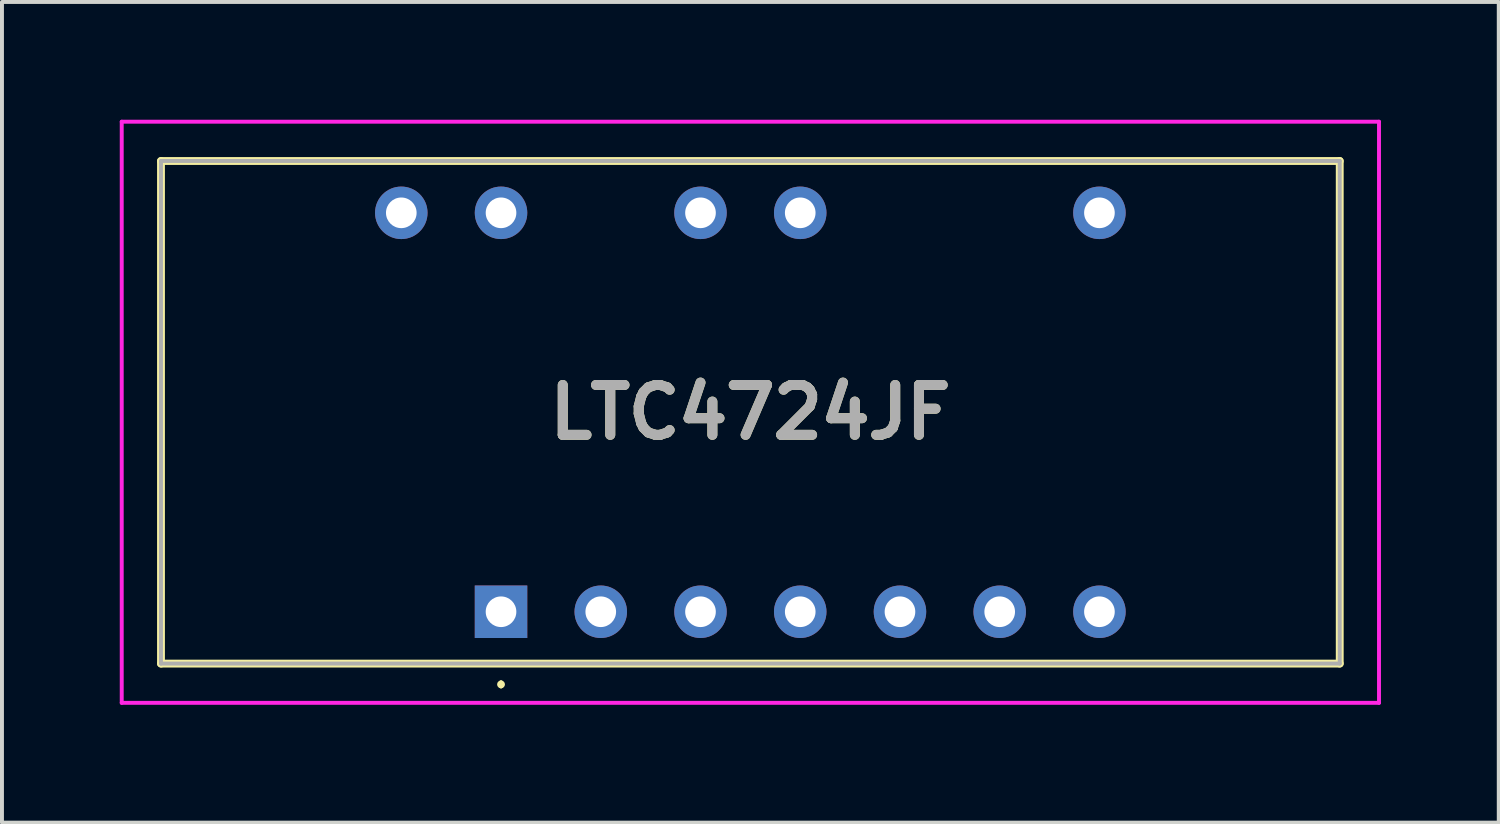
<source format=kicad_pcb>
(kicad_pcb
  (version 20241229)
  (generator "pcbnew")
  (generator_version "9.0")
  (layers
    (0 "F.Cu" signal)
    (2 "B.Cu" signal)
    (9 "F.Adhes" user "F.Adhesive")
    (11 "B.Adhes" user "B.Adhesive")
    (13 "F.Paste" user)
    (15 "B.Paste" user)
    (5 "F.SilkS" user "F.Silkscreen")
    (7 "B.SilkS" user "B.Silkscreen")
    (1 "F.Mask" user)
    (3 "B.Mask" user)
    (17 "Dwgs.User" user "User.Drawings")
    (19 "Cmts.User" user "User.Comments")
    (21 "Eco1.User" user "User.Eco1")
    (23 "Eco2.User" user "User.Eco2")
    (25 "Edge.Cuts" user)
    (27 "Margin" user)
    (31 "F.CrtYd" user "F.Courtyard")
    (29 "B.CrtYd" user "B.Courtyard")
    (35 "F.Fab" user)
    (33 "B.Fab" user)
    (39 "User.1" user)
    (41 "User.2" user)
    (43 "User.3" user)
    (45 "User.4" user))
  (footprint "LTC4724JF"
    (layer "F.Cu")
    (at 9.71 12.53)
    (property "Reference" "LTC4724JF" (at 6.35 -5.08 0) (layer "F.SilkS") (effects (font (size 1.27 1.27) (thickness 0.254))))
    (attr through_hole)
    (fp_line (start -8.66 -11.48) (end 21.36 -11.48) (stroke (width 0.2) (type solid)) (layer "F.SilkS"))
    (fp_line (start -8.66 1.32) (end -8.66 -11.48) (stroke (width 0.2) (type solid)) (layer "F.SilkS"))
    (fp_line (start 0 1.8) (end 0 1.8) (stroke (width 0.1) (type solid)) (layer "F.SilkS"))
    (fp_line (start 0 1.9) (end 0 1.9) (stroke (width 0.1) (type solid)) (layer "F.SilkS"))
    (fp_line (start 21.36 -11.48) (end 21.36 1.32) (stroke (width 0.2) (type solid)) (layer "F.SilkS"))
    (fp_line (start 21.36 1.32) (end -8.66 1.32) (stroke (width 0.2) (type solid)) (layer "F.SilkS"))
    (fp_arc (start 0 1.8) (mid 0.05 1.85) (end 0 1.9) (stroke (width 0.1) (type solid)) (layer "F.SilkS"))
    (fp_arc (start 0 1.9) (mid -0.05 1.85) (end 0 1.8) (stroke (width 0.1) (type solid)) (layer "F.SilkS"))
    (fp_line (start -9.66 -12.48) (end 22.36 -12.48) (stroke (width 0.1) (type solid)) (layer "F.CrtYd"))
    (fp_line (start -9.66 2.32) (end -9.66 -12.48) (stroke (width 0.1) (type solid)) (layer "F.CrtYd"))
    (fp_line (start 22.36 -12.48) (end 22.36 2.32) (stroke (width 0.1) (type solid)) (layer "F.CrtYd"))
    (fp_line (start 22.36 2.32) (end -9.66 2.32) (stroke (width 0.1) (type solid)) (layer "F.CrtYd"))
    (fp_line (start -8.66 -11.48) (end 21.36 -11.48) (stroke (width 0.1) (type solid)) (layer "F.Fab"))
    (fp_line (start -8.66 1.32) (end -8.66 -11.48) (stroke (width 0.1) (type solid)) (layer "F.Fab"))
    (fp_line (start 21.36 -11.48) (end 21.36 1.32) (stroke (width 0.1) (type solid)) (layer "F.Fab"))
    (fp_line (start 21.36 1.32) (end -8.66 1.32) (stroke (width 0.1) (type solid)) (layer "F.Fab"))
    (fp_text user "${REFERENCE}" (at 6.35 -5.08 0) (layer "F.Fab") (effects (font (size 1.27 1.27) (thickness 0.254))))
    (pad "1" thru_hole rect (at 0 0) (size 1.337 1.337) (drill 0.78) (layers "*.Cu" "*.Mask"))
    (pad "2" thru_hole circle (at 2.54 0) (size 1.337 1.337) (drill 0.78) (layers "*.Cu" "*.Mask"))
    (pad "3" thru_hole circle (at 5.08 0) (size 1.337 1.337) (drill 0.78) (layers "*.Cu" "*.Mask"))
    (pad "4" thru_hole circle (at 7.62 0) (size 1.337 1.337) (drill 0.78) (layers "*.Cu" "*.Mask"))
    (pad "5" thru_hole circle (at 10.16 0) (size 1.337 1.337) (drill 0.78) (layers "*.Cu" "*.Mask"))
    (pad "6" thru_hole circle (at 12.7 0) (size 1.337 1.337) (drill 0.78) (layers "*.Cu" "*.Mask"))
    (pad "7" thru_hole circle (at 15.24 0) (size 1.337 1.337) (drill 0.78) (layers "*.Cu" "*.Mask"))
    (pad "8" thru_hole circle (at 15.24 -10.16) (size 1.337 1.337) (drill 0.78) (layers "*.Cu" "*.Mask"))
    (pad "11" thru_hole circle (at 7.62 -10.16) (size 1.337 1.337) (drill 0.78) (layers "*.Cu" "*.Mask"))
    (pad "12" thru_hole circle (at 5.08 -10.16) (size 1.337 1.337) (drill 0.78) (layers "*.Cu" "*.Mask"))
    (pad "14" thru_hole circle (at 0 -10.16) (size 1.337 1.337) (drill 0.78) (layers "*.Cu" "*.Mask"))
    (pad "15" thru_hole circle (at -2.54 -10.16) (size 1.337 1.337) (drill 0.78) (layers "*.Cu" "*.Mask")))
  (gr_rect
    (start -3 -3)
    (end 35.12 17.9)
    (stroke (width 0.1) (type default))
    (fill no)
    (layer "Edge.Cuts")))
</source>
